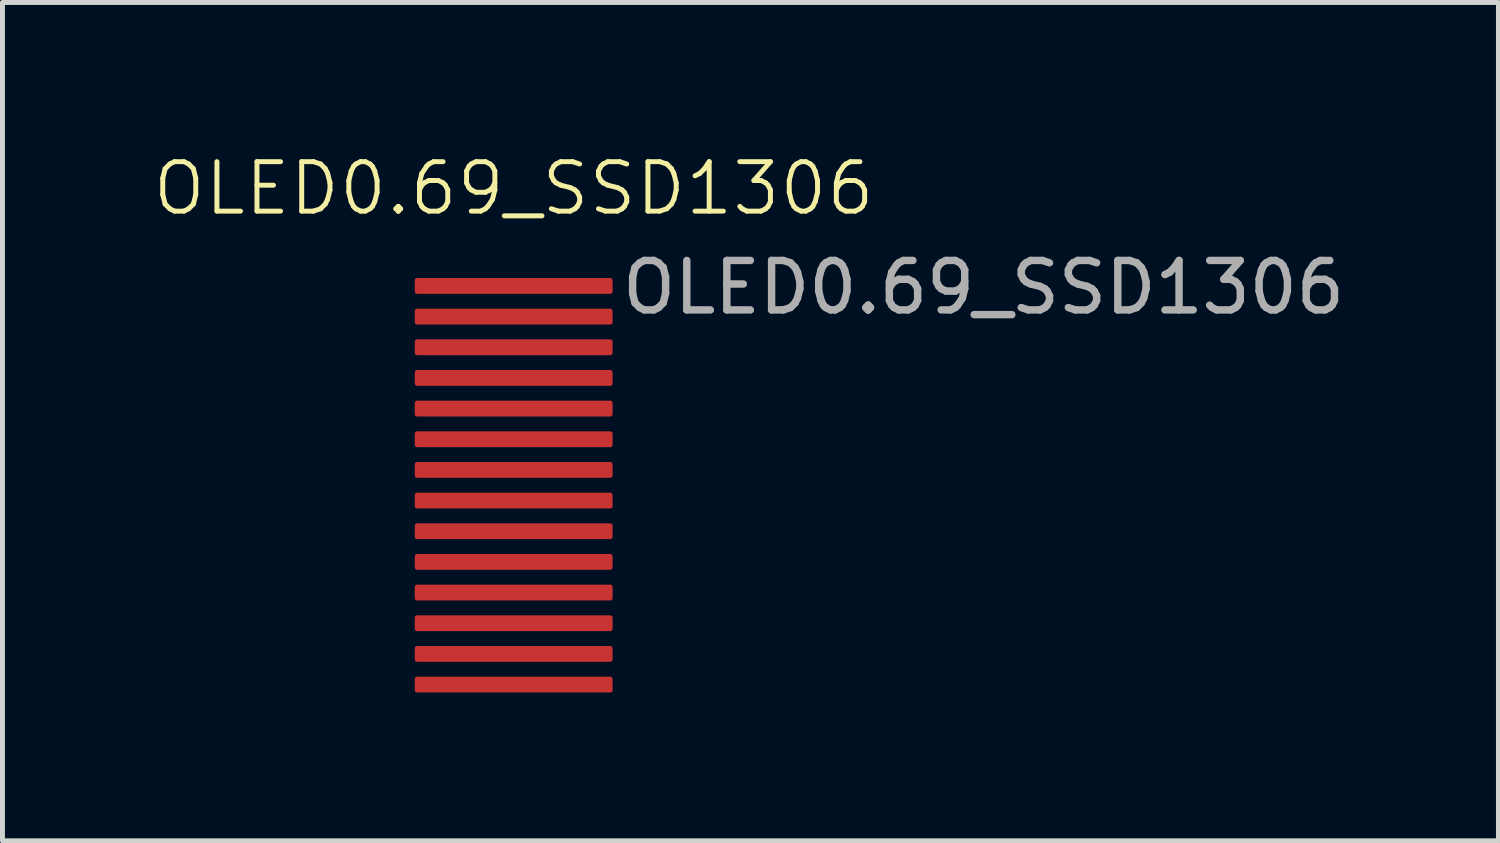
<source format=kicad_pcb>
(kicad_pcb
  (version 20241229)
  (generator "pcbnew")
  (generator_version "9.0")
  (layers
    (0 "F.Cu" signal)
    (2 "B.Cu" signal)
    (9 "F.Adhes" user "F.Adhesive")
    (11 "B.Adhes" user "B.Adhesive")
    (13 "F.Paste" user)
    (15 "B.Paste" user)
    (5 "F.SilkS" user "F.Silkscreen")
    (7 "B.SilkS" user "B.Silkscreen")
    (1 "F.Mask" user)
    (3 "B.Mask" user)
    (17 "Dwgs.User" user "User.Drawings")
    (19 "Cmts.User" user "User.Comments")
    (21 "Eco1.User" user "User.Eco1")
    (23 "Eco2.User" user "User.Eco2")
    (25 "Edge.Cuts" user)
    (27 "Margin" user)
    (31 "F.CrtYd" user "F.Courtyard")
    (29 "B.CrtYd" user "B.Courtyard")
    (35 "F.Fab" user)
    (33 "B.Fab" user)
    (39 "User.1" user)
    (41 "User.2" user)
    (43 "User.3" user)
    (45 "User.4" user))
  (footprint "OLED0.69_SSD1306"
    (layer "F.Cu")
    (at 7.336 6.761)
    (property "Reference" "OLED0.69_SSD1306" (at 0 -6 0) (unlocked yes) (layer "F.SilkS") (effects (font (size 1 1) (thickness 0.1))))
    (attr smd)
    (fp_text user "${REFERENCE}" (at 9.5 -4 0) (unlocked yes) (layer "F.Fab") (effects (font (size 1 1) (thickness 0.15))))
    (pad "1" smd roundrect (at 0 -4.03) (size 4 0.32) (layers "F.Cu" "F.Mask" "F.Paste") (roundrect_rratio 0.15))
    (pad "2" smd roundrect (at 0 -3.41) (size 4 0.32) (layers "F.Cu" "F.Mask" "F.Paste") (roundrect_rratio 0.15))
    (pad "3" smd roundrect (at 0 -2.79) (size 4 0.32) (layers "F.Cu" "F.Mask" "F.Paste") (roundrect_rratio 0.15))
    (pad "4" smd roundrect (at 0 -2.17) (size 4 0.32) (layers "F.Cu" "F.Mask" "F.Paste") (roundrect_rratio 0.15))
    (pad "5" smd roundrect (at 0 -1.55) (size 4 0.32) (layers "F.Cu" "F.Mask" "F.Paste") (roundrect_rratio 0.15))
    (pad "6" smd roundrect (at 0 -0.93) (size 4 0.32) (layers "F.Cu" "F.Mask" "F.Paste") (roundrect_rratio 0.15))
    (pad "7" smd roundrect (at 0 -0.31) (size 4 0.32) (layers "F.Cu" "F.Mask" "F.Paste") (roundrect_rratio 0.15))
    (pad "8" smd roundrect (at 0 0.31) (size 4 0.32) (layers "F.Cu" "F.Mask" "F.Paste") (roundrect_rratio 0.15))
    (pad "9" smd roundrect (at 0 0.93) (size 4 0.32) (layers "F.Cu" "F.Mask" "F.Paste") (roundrect_rratio 0.15))
    (pad "10" smd roundrect (at 0 1.55) (size 4 0.32) (layers "F.Cu" "F.Mask" "F.Paste") (roundrect_rratio 0.15))
    (pad "11" smd roundrect (at 0 2.17) (size 4 0.32) (layers "F.Cu" "F.Mask" "F.Paste") (roundrect_rratio 0.15))
    (pad "12" smd roundrect (at 0 2.79) (size 4 0.32) (layers "F.Cu" "F.Mask" "F.Paste") (roundrect_rratio 0.15))
    (pad "13" smd roundrect (at 0 3.41) (size 4 0.32) (layers "F.Cu" "F.Mask" "F.Paste") (roundrect_rratio 0.15))
    (pad "14" smd roundrect (at 0 4.03) (size 4 0.32) (layers "F.Cu" "F.Mask" "F.Paste") (roundrect_rratio 0.15)))
  (gr_rect
    (start -3 -3)
    (end 27.246 13.95)
    (stroke (width 0.1) (type default))
    (fill no)
    (layer "Edge.Cuts")))
</source>
